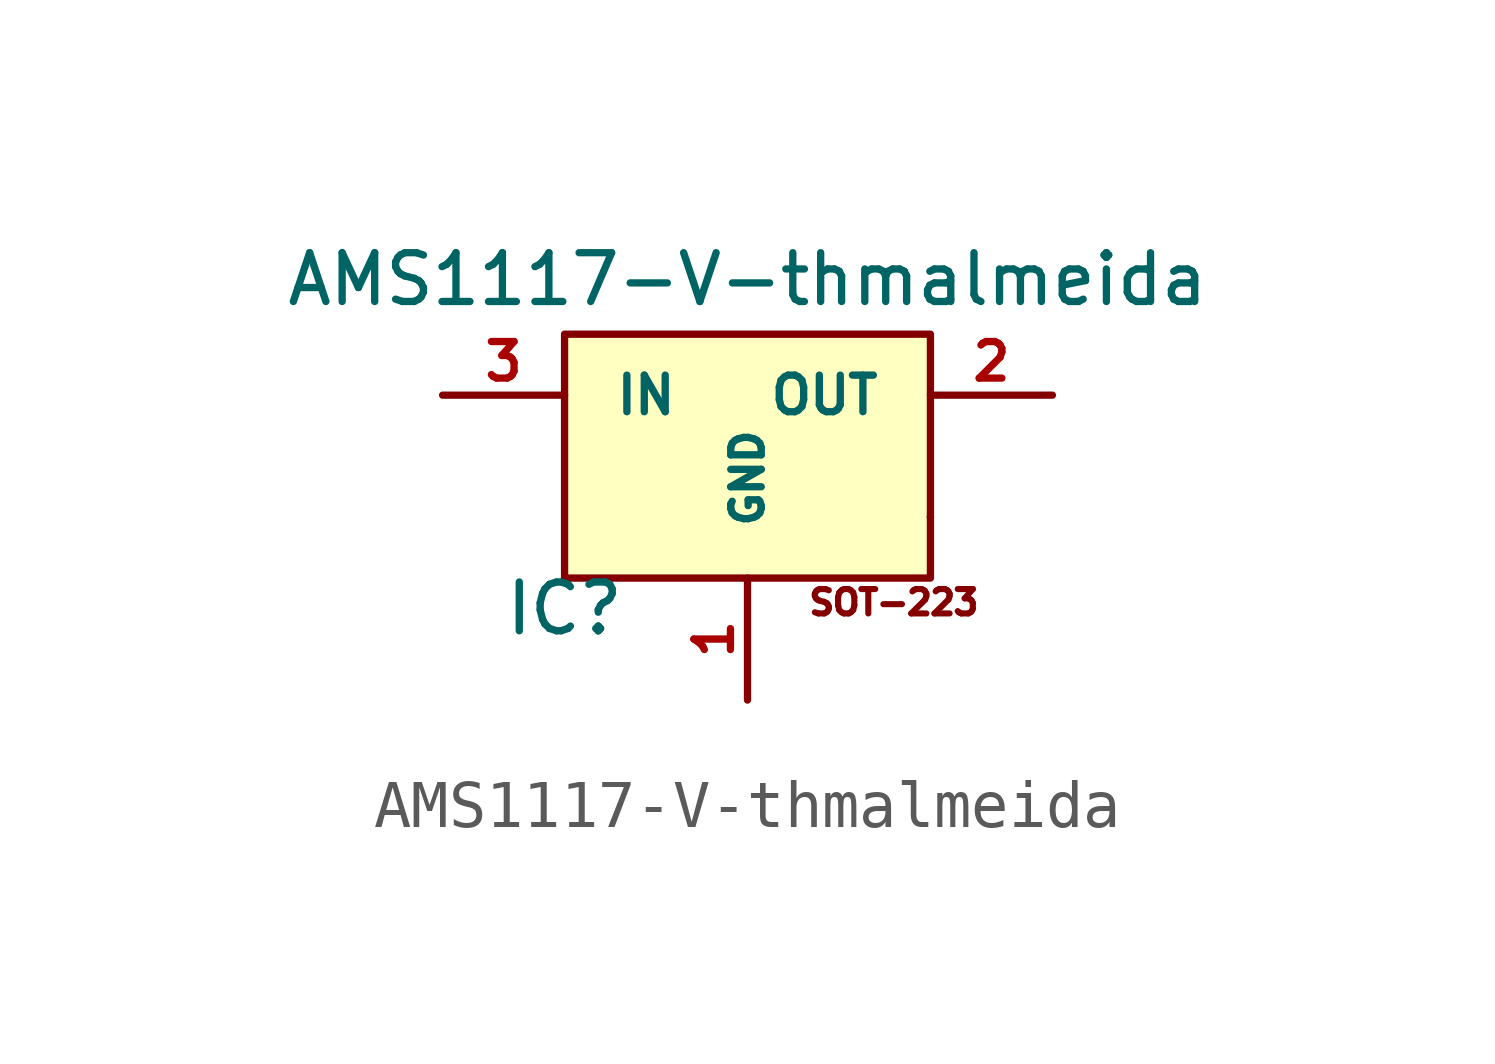
<source format=kicad_sym>
(kicad_symbol_lib
  (version 20211014)
  (generator kicad_symbol_editor)
  (symbol "AMS1117-V-thmalmeida"
    (pin_names
      (offset 1.016))
    (property "Reference" "IC"
      (at -3.81 -3.175 0)
      (effects (font (size 1.016 1.016))))
    (property "Value" "AMS1117-V-thmalmeida"
      (at 0 3.683 0)
      (effects (font (size 1.016 1.016))))
    (property "Datasheet" ""
      (at -3.81 -3.175 0)
      (effects (font (size 1.524 1.524))))
    (symbol "AMS1117-V-thmalmeida_0_0"
      (rectangle (start -3.81 2.54) (end 3.81 -2.54) (stroke (width 0) (type default) (color 0 0 0 0)) (fill (type background)))
      (rectangle (start 3.81 -1.27) (end 3.81 -1.27) (stroke (width 0) (type default) (color 0 0 0 0)) (fill (type none)))
      (rectangle (start 3.81 -1.27) (end 3.81 -1.27) (stroke (width 0) (type default) (color 0 0 0 0)) (fill (type none)))
      (text "SOT-223" (at 3.048 -3.048 0) (effects (font (size 0.508 0.508)))))
    (symbol "AMS1117-V-thmalmeida_1_1"
      (pin input line (at 0 -5.08 90) (length 2.54) (name "GND" (effects (font (size 0.635 0.635)))) (number "1" (effects (font (size 0.762 0.762)))))
      (pin power_in line (at 6.35 1.27 180) (length 2.54) (name "OUT" (effects (font (size 0.762 0.762)))) (number "2" (effects (font (size 0.762 0.762)))))
      (pin power_in line (at -6.35 1.27 0) (length 2.54) (name "IN" (effects (font (size 0.762 0.762)))) (number "3" (effects (font (size 0.762 0.762))))))))
</source>
